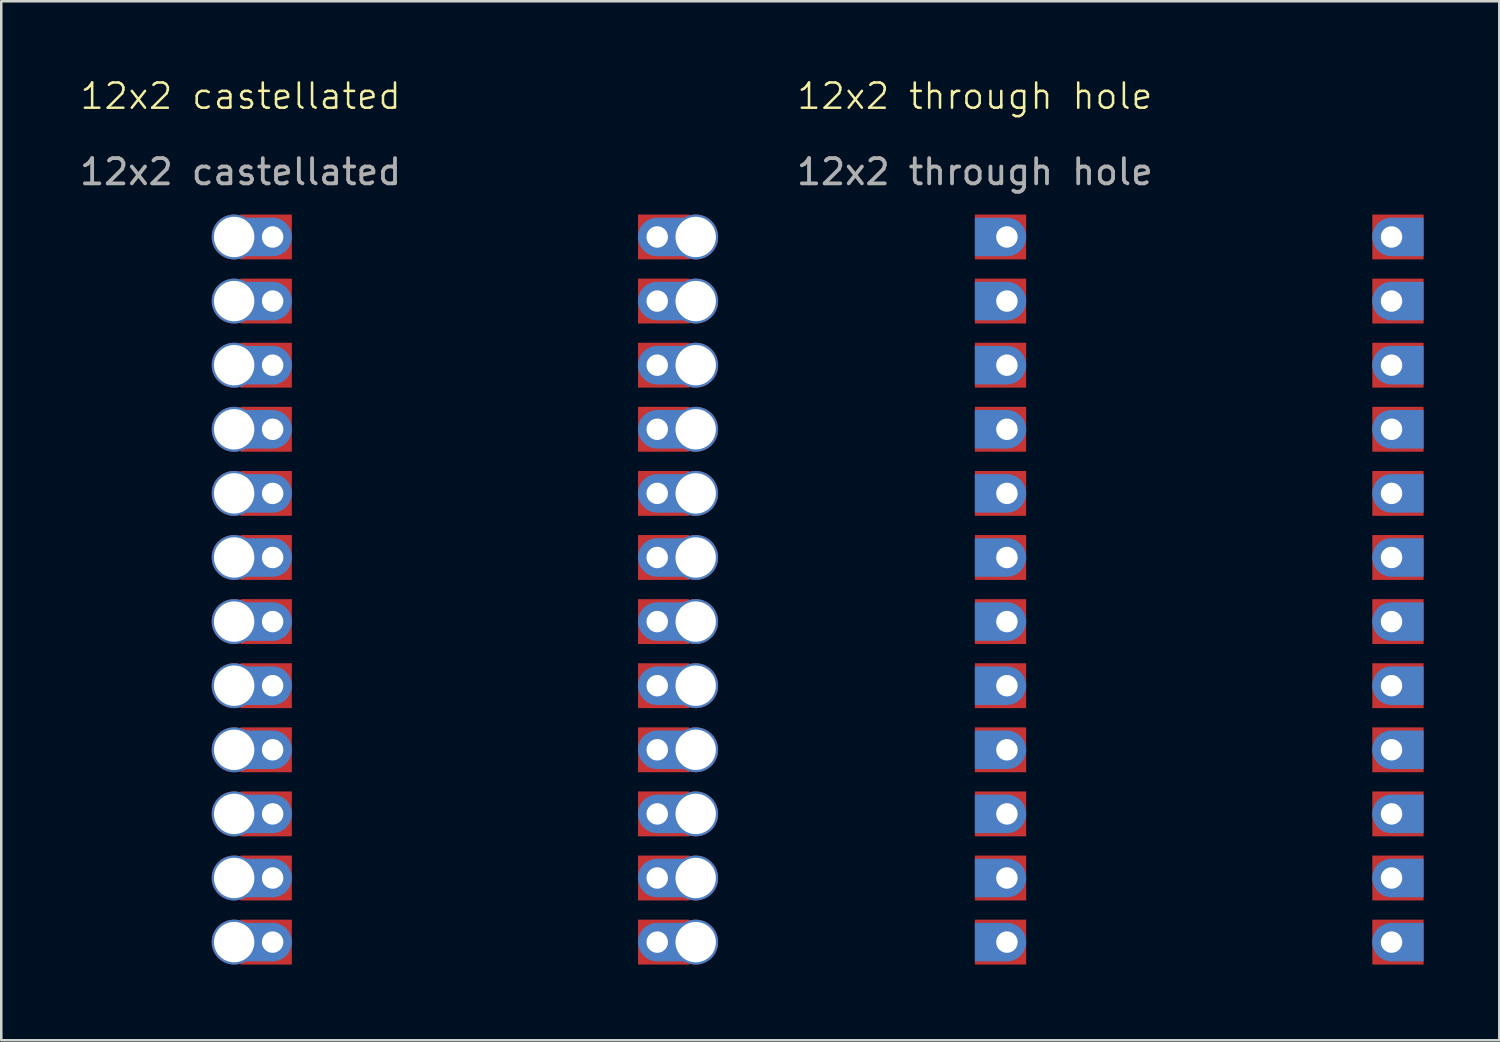
<source format=kicad_pcb>
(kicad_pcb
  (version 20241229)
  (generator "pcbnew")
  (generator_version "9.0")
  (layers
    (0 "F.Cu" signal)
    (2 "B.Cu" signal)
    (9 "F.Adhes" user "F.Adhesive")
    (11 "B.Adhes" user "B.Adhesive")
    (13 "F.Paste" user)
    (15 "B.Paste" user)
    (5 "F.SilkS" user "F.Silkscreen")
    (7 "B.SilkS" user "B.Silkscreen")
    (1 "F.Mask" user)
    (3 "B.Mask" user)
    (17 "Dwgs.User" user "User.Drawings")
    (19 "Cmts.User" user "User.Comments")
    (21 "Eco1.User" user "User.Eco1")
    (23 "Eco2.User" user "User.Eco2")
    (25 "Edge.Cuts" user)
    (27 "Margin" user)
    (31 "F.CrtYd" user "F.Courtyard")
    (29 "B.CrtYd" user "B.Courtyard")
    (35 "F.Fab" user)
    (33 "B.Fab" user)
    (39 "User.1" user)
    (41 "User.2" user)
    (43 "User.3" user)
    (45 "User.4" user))
  (footprint "12x2 through hole"
    (layer "F.Cu")
    (at 35.578 1.26)
    (property "Reference" "12x2 through hole" (at 0 -0.5 0) (unlocked yes) (layer "F.SilkS") (effects (font (size 1 1) (thickness 0.1))))
    (attr through_hole)
    (fp_text user "${REFERENCE}" (at 0 2.5 0) (unlocked yes) (layer "F.Fab") (effects (font (size 1 1) (thickness 0.15))))
    (pad "1" smd rect (at 0.635 5.08) (size 1.27 1.524) (layers "B.Cu" "B.Mask"))
    (pad "1" smd rect (at 1.016 5.08) (size 2.032 1.778) (layers "F.Cu" "F.Mask"))
    (pad "1" thru_hole circle (at 1.27 5.08) (size 1.524 1.524) (drill 0.85) (layers "*.Cu" "*.Mask"))
    (pad "2" smd rect (at 0.635 7.62) (size 1.27 1.524) (layers "B.Cu" "B.Mask"))
    (pad "2" smd rect (at 1.016 7.62) (size 2.032 1.778) (layers "F.Cu" "F.Mask"))
    (pad "2" thru_hole circle (at 1.27 7.62) (size 1.524 1.524) (drill 0.85) (layers "*.Cu" "*.Mask"))
    (pad "3" smd rect (at 0.635 10.16) (size 1.27 1.524) (layers "B.Cu" "B.Mask"))
    (pad "3" smd rect (at 1.016 10.16) (size 2.032 1.778) (layers "F.Cu" "F.Mask"))
    (pad "3" thru_hole circle (at 1.27 10.16) (size 1.524 1.524) (drill 0.85) (layers "*.Cu" "*.Mask"))
    (pad "4" smd rect (at 0.635 12.7) (size 1.27 1.524) (layers "B.Cu" "B.Mask"))
    (pad "4" smd rect (at 1.016 12.7) (size 2.032 1.778) (layers "F.Cu" "F.Mask"))
    (pad "4" thru_hole circle (at 1.27 12.7) (size 1.524 1.524) (drill 0.85) (layers "*.Cu" "*.Mask"))
    (pad "5" smd rect (at 0.635 15.24) (size 1.27 1.524) (layers "B.Cu" "B.Mask"))
    (pad "5" smd rect (at 1.016 15.24) (size 2.032 1.778) (layers "F.Cu" "F.Mask"))
    (pad "5" thru_hole circle (at 1.27 15.24) (size 1.524 1.524) (drill 0.85) (layers "*.Cu" "*.Mask"))
    (pad "6" smd rect (at 0.635 17.78) (size 1.27 1.524) (layers "B.Cu" "B.Mask"))
    (pad "6" smd rect (at 1.016 17.78) (size 2.032 1.778) (layers "F.Cu" "F.Mask"))
    (pad "6" thru_hole circle (at 1.27 17.78) (size 1.524 1.524) (drill 0.85) (layers "*.Cu" "*.Mask"))
    (pad "7" smd rect (at 0.635 20.32) (size 1.27 1.524) (layers "B.Cu" "B.Mask"))
    (pad "7" smd rect (at 1.016 20.32) (size 2.032 1.778) (layers "F.Cu" "F.Mask"))
    (pad "7" thru_hole circle (at 1.27 20.32) (size 1.524 1.524) (drill 0.85) (layers "*.Cu" "*.Mask"))
    (pad "8" smd rect (at 0.635 22.86) (size 1.27 1.524) (layers "B.Cu" "B.Mask"))
    (pad "8" smd rect (at 1.016 22.86) (size 2.032 1.778) (layers "F.Cu" "F.Mask"))
    (pad "8" thru_hole circle (at 1.27 22.86) (size 1.524 1.524) (drill 0.85) (layers "*.Cu" "*.Mask"))
    (pad "9" smd rect (at 0.635 25.4) (size 1.27 1.524) (layers "B.Cu" "B.Mask"))
    (pad "9" smd rect (at 1.016 25.4) (size 2.032 1.778) (layers "F.Cu" "F.Mask"))
    (pad "9" thru_hole circle (at 1.27 25.4) (size 1.524 1.524) (drill 0.85) (layers "*.Cu" "*.Mask"))
    (pad "10" smd rect (at 0.635 27.94) (size 1.27 1.524) (layers "B.Cu" "B.Mask"))
    (pad "10" smd rect (at 1.016 27.94) (size 2.032 1.778) (layers "F.Cu" "F.Mask"))
    (pad "10" thru_hole circle (at 1.27 27.94) (size 1.524 1.524) (drill 0.85) (layers "*.Cu" "*.Mask"))
    (pad "11" smd rect (at 0.635 30.48) (size 1.27 1.524) (layers "B.Cu" "B.Mask"))
    (pad "11" smd rect (at 1.016 30.48) (size 2.032 1.778) (layers "F.Cu" "F.Mask"))
    (pad "11" thru_hole circle (at 1.27 30.48) (size 1.524 1.524) (drill 0.85) (layers "*.Cu" "*.Mask"))
    (pad "12" smd rect (at 0.635 33.02) (size 1.27 1.524) (layers "B.Cu" "B.Mask"))
    (pad "12" smd rect (at 1.016 33.02) (size 2.032 1.778) (layers "F.Cu" "F.Mask"))
    (pad "12" thru_hole circle (at 1.27 33.02) (size 1.524 1.524) (drill 0.85) (layers "*.Cu" "*.Mask"))
    (pad "13" thru_hole circle (at 16.51 33.02) (size 1.524 1.524) (drill 0.85) (layers "*.Cu" "*.Mask"))
    (pad "13" smd rect (at 16.764 33.02) (size 2.032 1.778) (layers "F.Cu" "F.Mask"))
    (pad "13" smd rect (at 17.145 33.02) (size 1.27 1.524) (layers "B.Cu" "B.Mask"))
    (pad "14" thru_hole circle (at 16.51 30.48) (size 1.524 1.524) (drill 0.85) (layers "*.Cu" "*.Mask"))
    (pad "14" smd rect (at 16.764 30.48) (size 2.032 1.778) (layers "F.Cu" "F.Mask"))
    (pad "14" smd rect (at 17.145 30.48) (size 1.27 1.524) (layers "B.Cu" "B.Mask"))
    (pad "15" thru_hole circle (at 16.51 27.94) (size 1.524 1.524) (drill 0.85) (layers "*.Cu" "*.Mask"))
    (pad "15" smd rect (at 16.764 27.94) (size 2.032 1.778) (layers "F.Cu" "F.Mask"))
    (pad "15" smd rect (at 17.145 27.94) (size 1.27 1.524) (layers "B.Cu" "B.Mask"))
    (pad "16" thru_hole circle (at 16.51 25.4) (size 1.524 1.524) (drill 0.85) (layers "*.Cu" "*.Mask"))
    (pad "16" smd rect (at 16.764 25.4) (size 2.032 1.778) (layers "F.Cu" "F.Mask"))
    (pad "16" smd rect (at 17.145 25.4) (size 1.27 1.524) (layers "B.Cu" "B.Mask"))
    (pad "17" thru_hole circle (at 16.51 22.86) (size 1.524 1.524) (drill 0.85) (layers "*.Cu" "*.Mask"))
    (pad "17" smd rect (at 16.764 22.86) (size 2.032 1.778) (layers "F.Cu" "F.Mask"))
    (pad "17" smd rect (at 17.145 22.86) (size 1.27 1.524) (layers "B.Cu" "B.Mask"))
    (pad "18" thru_hole circle (at 16.51 20.32) (size 1.524 1.524) (drill 0.85) (layers "*.Cu" "*.Mask"))
    (pad "18" smd rect (at 16.764 20.32) (size 2.032 1.778) (layers "F.Cu" "F.Mask"))
    (pad "18" smd rect (at 17.145 20.32) (size 1.27 1.524) (layers "B.Cu" "B.Mask"))
    (pad "19" thru_hole circle (at 16.51 17.78) (size 1.524 1.524) (drill 0.85) (layers "*.Cu" "*.Mask"))
    (pad "19" smd rect (at 16.764 17.78) (size 2.032 1.778) (layers "F.Cu" "F.Mask"))
    (pad "19" smd rect (at 17.145 17.78) (size 1.27 1.524) (layers "B.Cu" "B.Mask"))
    (pad "20" thru_hole circle (at 16.51 15.24) (size 1.524 1.524) (drill 0.85) (layers "*.Cu" "*.Mask"))
    (pad "20" smd rect (at 16.764 15.24) (size 2.032 1.778) (layers "F.Cu" "F.Mask"))
    (pad "20" smd rect (at 17.145 15.24) (size 1.27 1.524) (layers "B.Cu" "B.Mask"))
    (pad "21" thru_hole circle (at 16.51 12.7) (size 1.524 1.524) (drill 0.85) (layers "*.Cu" "*.Mask"))
    (pad "21" smd rect (at 16.764 12.7) (size 2.032 1.778) (layers "F.Cu" "F.Mask"))
    (pad "21" smd rect (at 17.145 12.7) (size 1.27 1.524) (layers "B.Cu" "B.Mask"))
    (pad "22" thru_hole circle (at 16.51 10.16) (size 1.524 1.524) (drill 0.85) (layers "*.Cu" "*.Mask"))
    (pad "22" smd rect (at 16.764 10.16) (size 2.032 1.778) (layers "F.Cu" "F.Mask"))
    (pad "22" smd rect (at 17.145 10.16) (size 1.27 1.524) (layers "B.Cu" "B.Mask"))
    (pad "23" thru_hole circle (at 16.51 7.62) (size 1.524 1.524) (drill 0.85) (layers "*.Cu" "*.Mask"))
    (pad "23" smd rect (at 16.764 7.62) (size 2.032 1.778) (layers "F.Cu" "F.Mask"))
    (pad "23" smd rect (at 17.145 7.62) (size 1.27 1.524) (layers "B.Cu" "B.Mask"))
    (pad "24" thru_hole circle (at 16.51 5.08) (size 1.524 1.524) (drill 0.85) (layers "*.Cu" "*.Mask"))
    (pad "24" smd rect (at 16.764 5.08) (size 2.032 1.778) (layers "F.Cu" "F.Mask"))
    (pad "24" smd rect (at 17.145 5.08) (size 1.27 1.524) (layers "B.Cu" "B.Mask")))
  (footprint "12x2 castellated"
    (layer "F.Cu")
    (at 6.482 1.26)
    (property "Reference" "12x2 castellated" (at 0 -0.5 0) (unlocked yes) (layer "F.SilkS") (effects (font (size 1 1) (thickness 0.1))))
    (attr through_hole)
    (fp_text user "${REFERENCE}" (at 0 2.5 0) (unlocked yes) (layer "F.Fab") (effects (font (size 1 1) (thickness 0.15))))
    (pad "1" thru_hole circle (at -0.254 5.08) (size 1.778 1.778) (drill 1.6) (layers "*.Cu" "*.Mask"))
    (pad "1" smd rect (at 0.635 5.08) (size 1.27 1.524) (layers "B.Cu" "B.Mask"))
    (pad "1" smd rect (at 1.016 5.08) (size 2.032 1.778) (layers "F.Cu" "F.Mask"))
    (pad "1" thru_hole circle (at 1.27 5.08) (size 1.524 1.524) (drill 0.85) (layers "*.Cu" "*.Mask"))
    (pad "2" thru_hole circle (at -0.254 7.62) (size 1.778 1.778) (drill 1.6) (layers "*.Cu" "*.Mask"))
    (pad "2" smd rect (at 0.635 7.62) (size 1.27 1.524) (layers "B.Cu" "B.Mask"))
    (pad "2" smd rect (at 1.016 7.62) (size 2.032 1.778) (layers "F.Cu" "F.Mask"))
    (pad "2" thru_hole circle (at 1.27 7.62) (size 1.524 1.524) (drill 0.85) (layers "*.Cu" "*.Mask"))
    (pad "3" thru_hole circle (at -0.254 10.16) (size 1.778 1.778) (drill 1.6) (layers "*.Cu" "*.Mask"))
    (pad "3" smd rect (at 0.635 10.16) (size 1.27 1.524) (layers "B.Cu" "B.Mask"))
    (pad "3" smd rect (at 1.016 10.16) (size 2.032 1.778) (layers "F.Cu" "F.Mask"))
    (pad "3" thru_hole circle (at 1.27 10.16) (size 1.524 1.524) (drill 0.85) (layers "*.Cu" "*.Mask"))
    (pad "4" thru_hole circle (at -0.254 12.7) (size 1.778 1.778) (drill 1.6) (layers "*.Cu" "*.Mask"))
    (pad "4" smd rect (at 0.635 12.7) (size 1.27 1.524) (layers "B.Cu" "B.Mask"))
    (pad "4" smd rect (at 1.016 12.7) (size 2.032 1.778) (layers "F.Cu" "F.Mask"))
    (pad "4" thru_hole circle (at 1.27 12.7) (size 1.524 1.524) (drill 0.85) (layers "*.Cu" "*.Mask"))
    (pad "5" thru_hole circle (at -0.254 15.24) (size 1.778 1.778) (drill 1.6) (layers "*.Cu" "*.Mask"))
    (pad "5" smd rect (at 0.635 15.24) (size 1.27 1.524) (layers "B.Cu" "B.Mask"))
    (pad "5" smd rect (at 1.016 15.24) (size 2.032 1.778) (layers "F.Cu" "F.Mask"))
    (pad "5" thru_hole circle (at 1.27 15.24) (size 1.524 1.524) (drill 0.85) (layers "*.Cu" "*.Mask"))
    (pad "6" thru_hole circle (at -0.254 17.78) (size 1.778 1.778) (drill 1.6) (layers "*.Cu" "*.Mask"))
    (pad "6" smd rect (at 0.635 17.78) (size 1.27 1.524) (layers "B.Cu" "B.Mask"))
    (pad "6" smd rect (at 1.016 17.78) (size 2.032 1.778) (layers "F.Cu" "F.Mask"))
    (pad "6" thru_hole circle (at 1.27 17.78) (size 1.524 1.524) (drill 0.85) (layers "*.Cu" "*.Mask"))
    (pad "7" thru_hole circle (at -0.254 20.32) (size 1.778 1.778) (drill 1.6) (layers "*.Cu" "*.Mask"))
    (pad "7" smd rect (at 0.635 20.32) (size 1.27 1.524) (layers "B.Cu" "B.Mask"))
    (pad "7" smd rect (at 1.016 20.32) (size 2.032 1.778) (layers "F.Cu" "F.Mask"))
    (pad "7" thru_hole circle (at 1.27 20.32) (size 1.524 1.524) (drill 0.85) (layers "*.Cu" "*.Mask"))
    (pad "8" thru_hole circle (at -0.254 22.86) (size 1.778 1.778) (drill 1.6) (layers "*.Cu" "*.Mask"))
    (pad "8" smd rect (at 0.635 22.86) (size 1.27 1.524) (layers "B.Cu" "B.Mask"))
    (pad "8" smd rect (at 1.016 22.86) (size 2.032 1.778) (layers "F.Cu" "F.Mask"))
    (pad "8" thru_hole circle (at 1.27 22.86) (size 1.524 1.524) (drill 0.85) (layers "*.Cu" "*.Mask"))
    (pad "9" thru_hole circle (at -0.254 25.4) (size 1.778 1.778) (drill 1.6) (layers "*.Cu" "*.Mask"))
    (pad "9" smd rect (at 0.635 25.4) (size 1.27 1.524) (layers "B.Cu" "B.Mask"))
    (pad "9" smd rect (at 1.016 25.4) (size 2.032 1.778) (layers "F.Cu" "F.Mask"))
    (pad "9" thru_hole circle (at 1.27 25.4) (size 1.524 1.524) (drill 0.85) (layers "*.Cu" "*.Mask"))
    (pad "10" thru_hole circle (at -0.254 27.94) (size 1.778 1.778) (drill 1.6) (layers "*.Cu" "*.Mask"))
    (pad "10" smd rect (at 0.635 27.94) (size 1.27 1.524) (layers "B.Cu" "B.Mask"))
    (pad "10" smd rect (at 1.016 27.94) (size 2.032 1.778) (layers "F.Cu" "F.Mask"))
    (pad "10" thru_hole circle (at 1.27 27.94) (size 1.524 1.524) (drill 0.85) (layers "*.Cu" "*.Mask"))
    (pad "11" thru_hole circle (at -0.254 30.48) (size 1.778 1.778) (drill 1.6) (layers "*.Cu" "*.Mask"))
    (pad "11" smd rect (at 0.635 30.48) (size 1.27 1.524) (layers "B.Cu" "B.Mask"))
    (pad "11" smd rect (at 1.016 30.48) (size 2.032 1.778) (layers "F.Cu" "F.Mask"))
    (pad "11" thru_hole circle (at 1.27 30.48) (size 1.524 1.524) (drill 0.85) (layers "*.Cu" "*.Mask"))
    (pad "12" thru_hole circle (at -0.254 33.02) (size 1.778 1.778) (drill 1.6) (layers "*.Cu" "*.Mask"))
    (pad "12" smd rect (at 0.635 33.02) (size 1.27 1.524) (layers "B.Cu" "B.Mask"))
    (pad "12" smd rect (at 1.016 33.02) (size 2.032 1.778) (layers "F.Cu" "F.Mask"))
    (pad "12" thru_hole circle (at 1.27 33.02) (size 1.524 1.524) (drill 0.85) (layers "*.Cu" "*.Mask"))
    (pad "13" thru_hole circle (at 16.51 33.02) (size 1.524 1.524) (drill 0.85) (layers "*.Cu" "*.Mask"))
    (pad "13" smd rect (at 16.764 33.02) (size 2.032 1.778) (layers "F.Cu" "F.Mask"))
    (pad "13" smd rect (at 17.145 33.02) (size 1.27 1.524) (layers "B.Cu" "B.Mask"))
    (pad "13" thru_hole circle (at 18.034 33.02) (size 1.778 1.778) (drill 1.6) (layers "*.Cu" "*.Mask"))
    (pad "14" thru_hole circle (at 16.51 30.48) (size 1.524 1.524) (drill 0.85) (layers "*.Cu" "*.Mask"))
    (pad "14" smd rect (at 16.764 30.48) (size 2.032 1.778) (layers "F.Cu" "F.Mask"))
    (pad "14" smd rect (at 17.145 30.48) (size 1.27 1.524) (layers "B.Cu" "B.Mask"))
    (pad "14" thru_hole circle (at 18.034 30.48) (size 1.778 1.778) (drill 1.6) (layers "*.Cu" "*.Mask"))
    (pad "15" thru_hole circle (at 16.51 27.94) (size 1.524 1.524) (drill 0.85) (layers "*.Cu" "*.Mask"))
    (pad "15" smd rect (at 16.764 27.94) (size 2.032 1.778) (layers "F.Cu" "F.Mask"))
    (pad "15" smd rect (at 17.145 27.94) (size 1.27 1.524) (layers "B.Cu" "B.Mask"))
    (pad "15" thru_hole circle (at 18.034 27.94) (size 1.778 1.778) (drill 1.6) (layers "*.Cu" "*.Mask"))
    (pad "16" thru_hole circle (at 16.51 25.4) (size 1.524 1.524) (drill 0.85) (layers "*.Cu" "*.Mask"))
    (pad "16" smd rect (at 16.764 25.4) (size 2.032 1.778) (layers "F.Cu" "F.Mask"))
    (pad "16" smd rect (at 17.145 25.4) (size 1.27 1.524) (layers "B.Cu" "B.Mask"))
    (pad "16" thru_hole circle (at 18.034 25.4) (size 1.778 1.778) (drill 1.6) (layers "*.Cu" "*.Mask"))
    (pad "17" thru_hole circle (at 16.51 22.86) (size 1.524 1.524) (drill 0.85) (layers "*.Cu" "*.Mask"))
    (pad "17" smd rect (at 16.764 22.86) (size 2.032 1.778) (layers "F.Cu" "F.Mask"))
    (pad "17" smd rect (at 17.145 22.86) (size 1.27 1.524) (layers "B.Cu" "B.Mask"))
    (pad "17" thru_hole circle (at 18.034 22.86) (size 1.778 1.778) (drill 1.6) (layers "*.Cu" "*.Mask"))
    (pad "18" thru_hole circle (at 16.51 20.32) (size 1.524 1.524) (drill 0.85) (layers "*.Cu" "*.Mask"))
    (pad "18" smd rect (at 16.764 20.32) (size 2.032 1.778) (layers "F.Cu" "F.Mask"))
    (pad "18" smd rect (at 17.145 20.32) (size 1.27 1.524) (layers "B.Cu" "B.Mask"))
    (pad "18" thru_hole circle (at 18.034 20.32) (size 1.778 1.778) (drill 1.6) (layers "*.Cu" "*.Mask"))
    (pad "19" thru_hole circle (at 16.51 17.78) (size 1.524 1.524) (drill 0.85) (layers "*.Cu" "*.Mask"))
    (pad "19" smd rect (at 16.764 17.78) (size 2.032 1.778) (layers "F.Cu" "F.Mask"))
    (pad "19" smd rect (at 17.145 17.78) (size 1.27 1.524) (layers "B.Cu" "B.Mask"))
    (pad "19" thru_hole circle (at 18.034 17.78) (size 1.778 1.778) (drill 1.6) (layers "*.Cu" "*.Mask"))
    (pad "20" thru_hole circle (at 16.51 15.24) (size 1.524 1.524) (drill 0.85) (layers "*.Cu" "*.Mask"))
    (pad "20" smd rect (at 16.764 15.24) (size 2.032 1.778) (layers "F.Cu" "F.Mask"))
    (pad "20" smd rect (at 17.145 15.24) (size 1.27 1.524) (layers "B.Cu" "B.Mask"))
    (pad "20" thru_hole circle (at 18.034 15.24) (size 1.778 1.778) (drill 1.6) (layers "*.Cu" "*.Mask"))
    (pad "21" thru_hole circle (at 16.51 12.7) (size 1.524 1.524) (drill 0.85) (layers "*.Cu" "*.Mask"))
    (pad "21" smd rect (at 16.764 12.7) (size 2.032 1.778) (layers "F.Cu" "F.Mask"))
    (pad "21" smd rect (at 17.145 12.7) (size 1.27 1.524) (layers "B.Cu" "B.Mask"))
    (pad "21" thru_hole circle (at 18.034 12.7) (size 1.778 1.778) (drill 1.6) (layers "*.Cu" "*.Mask"))
    (pad "22" thru_hole circle (at 16.51 10.16) (size 1.524 1.524) (drill 0.85) (layers "*.Cu" "*.Mask"))
    (pad "22" smd rect (at 16.764 10.16) (size 2.032 1.778) (layers "F.Cu" "F.Mask"))
    (pad "22" smd rect (at 17.145 10.16) (size 1.27 1.524) (layers "B.Cu" "B.Mask"))
    (pad "22" thru_hole circle (at 18.034 10.16) (size 1.778 1.778) (drill 1.6) (layers "*.Cu" "*.Mask"))
    (pad "23" thru_hole circle (at 16.51 7.62) (size 1.524 1.524) (drill 0.85) (layers "*.Cu" "*.Mask"))
    (pad "23" smd rect (at 16.764 7.62) (size 2.032 1.778) (layers "F.Cu" "F.Mask"))
    (pad "23" smd rect (at 17.145 7.62) (size 1.27 1.524) (layers "B.Cu" "B.Mask"))
    (pad "23" thru_hole circle (at 18.034 7.62) (size 1.778 1.778) (drill 1.6) (layers "*.Cu" "*.Mask"))
    (pad "24" thru_hole circle (at 16.51 5.08) (size 1.524 1.524) (drill 0.85) (layers "*.Cu" "*.Mask"))
    (pad "24" smd rect (at 16.764 5.08) (size 2.032 1.778) (layers "F.Cu" "F.Mask"))
    (pad "24" smd rect (at 17.145 5.08) (size 1.27 1.524) (layers "B.Cu" "B.Mask"))
    (pad "24" thru_hole circle (at 18.034 5.08) (size 1.778 1.778) (drill 1.6) (layers "*.Cu" "*.Mask")))
  (gr_rect
    (start -3 -3)
    (end 56.358 38.169)
    (stroke (width 0.1) (type default))
    (fill no)
    (layer "Edge.Cuts")))
</source>
